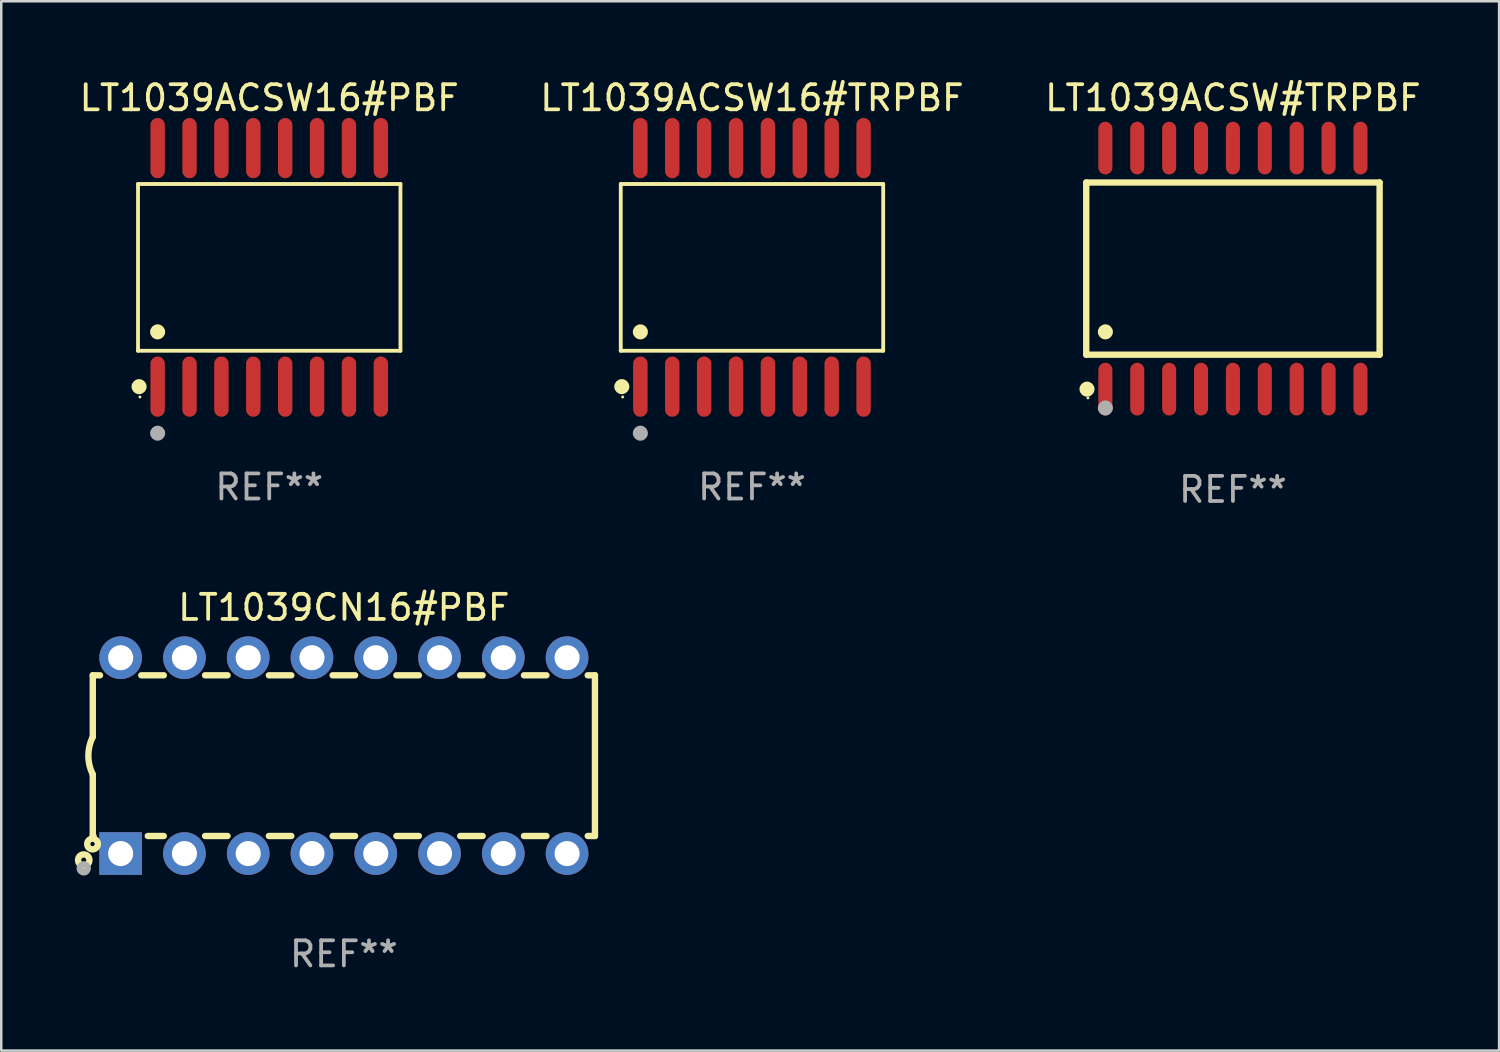
<source format=kicad_pcb>
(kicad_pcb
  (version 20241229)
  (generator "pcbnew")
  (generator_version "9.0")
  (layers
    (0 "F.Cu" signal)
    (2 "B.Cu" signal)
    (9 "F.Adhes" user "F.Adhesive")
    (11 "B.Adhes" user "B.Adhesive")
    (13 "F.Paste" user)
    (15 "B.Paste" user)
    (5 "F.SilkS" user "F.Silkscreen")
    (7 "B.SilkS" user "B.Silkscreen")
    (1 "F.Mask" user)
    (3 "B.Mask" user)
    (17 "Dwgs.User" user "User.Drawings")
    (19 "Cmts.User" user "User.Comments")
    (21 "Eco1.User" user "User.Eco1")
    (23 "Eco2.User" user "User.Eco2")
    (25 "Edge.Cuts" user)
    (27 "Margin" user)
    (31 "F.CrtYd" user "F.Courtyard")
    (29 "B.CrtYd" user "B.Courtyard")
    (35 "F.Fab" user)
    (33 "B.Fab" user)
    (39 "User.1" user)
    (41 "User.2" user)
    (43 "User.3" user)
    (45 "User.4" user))
  (footprint "LT1039ACSW#TRPBF"
    (layer "F.Cu")
    (at 46.054 7.648)
    (property "Reference" "LT1039ACSW#TRPBF" (at 0 -6.8 0) (layer "F.SilkS") (effects (font (size 1 1) (thickness 0.15))))
    (attr through_hole)
    (fp_line (start -5.842 -3.429) (end -5.842 3.429) (stroke (width 0.254) (type solid)) (layer "F.SilkS"))
    (fp_line (start -5.842 3.429) (end 5.842 3.429) (stroke (width 0.254) (type solid)) (layer "F.SilkS"))
    (fp_line (start 5.842 -3.429) (end -5.842 -3.429) (stroke (width 0.254) (type solid)) (layer "F.SilkS"))
    (fp_line (start 5.842 3.429) (end 5.842 -3.429) (stroke (width 0.254) (type solid)) (layer "F.SilkS"))
    (fp_circle (center -5.812 4.8) (end -5.662 4.8) (stroke (width 0.3) (type solid)) (fill no) (layer "F.SilkS"))
    (fp_circle (center -5.775 5.15) (end -5.745 5.15) (stroke (width 0.06) (type solid)) (fill no) (layer "F.SilkS"))
    (fp_circle (center -5.08 2.519) (end -4.93 2.519) (stroke (width 0.3) (type solid)) (fill no) (layer "F.SilkS"))
    (fp_circle (center -5.08 5.55) (end -4.93 5.55) (stroke (width 0.3) (type solid)) (fill no) (layer "F.Fab"))
    (fp_text user "REF**" (at 0 8.8 0) (layer "F.Fab") (effects (font (size 1 1) (thickness 0.15))))
    (pad "1" smd oval (at -5.08 4.8) (size 0.56 2.1) (layers "F.Cu" "F.Mask" "F.Paste"))
    (pad "2" smd oval (at -3.81 4.8) (size 0.56 2.1) (layers "F.Cu" "F.Mask" "F.Paste"))
    (pad "3" smd oval (at -2.54 4.8) (size 0.56 2.1) (layers "F.Cu" "F.Mask" "F.Paste"))
    (pad "4" smd oval (at -1.27 4.8) (size 0.56 2.1) (layers "F.Cu" "F.Mask" "F.Paste"))
    (pad "5" smd oval (at 0 4.8) (size 0.56 2.1) (layers "F.Cu" "F.Mask" "F.Paste"))
    (pad "6" smd oval (at 1.27 4.8) (size 0.56 2.1) (layers "F.Cu" "F.Mask" "F.Paste"))
    (pad "7" smd oval (at 2.54 4.8) (size 0.56 2.1) (layers "F.Cu" "F.Mask" "F.Paste"))
    (pad "8" smd oval (at 3.81 4.8) (size 0.56 2.1) (layers "F.Cu" "F.Mask" "F.Paste"))
    (pad "9" smd oval (at 5.08 4.8) (size 0.56 2.1) (layers "F.Cu" "F.Mask" "F.Paste"))
    (pad "10" smd oval (at 5.08 -4.8) (size 0.56 2.1) (layers "F.Cu" "F.Mask" "F.Paste"))
    (pad "11" smd oval (at 3.81 -4.8) (size 0.56 2.1) (layers "F.Cu" "F.Mask" "F.Paste"))
    (pad "12" smd oval (at 2.54 -4.8) (size 0.56 2.1) (layers "F.Cu" "F.Mask" "F.Paste"))
    (pad "13" smd oval (at 1.27 -4.8) (size 0.56 2.1) (layers "F.Cu" "F.Mask" "F.Paste"))
    (pad "14" smd oval (at 0 -4.8) (size 0.56 2.1) (layers "F.Cu" "F.Mask" "F.Paste"))
    (pad "15" smd oval (at -1.27 -4.8) (size 0.56 2.1) (layers "F.Cu" "F.Mask" "F.Paste"))
    (pad "16" smd oval (at -2.54 -4.8) (size 0.56 2.1) (layers "F.Cu" "F.Mask" "F.Paste"))
    (pad "17" smd oval (at -3.81 -4.8) (size 0.56 2.1) (layers "F.Cu" "F.Mask" "F.Paste"))
    (pad "18" smd oval (at -5.08 -4.8) (size 0.56 2.1) (layers "F.Cu" "F.Mask" "F.Paste")))
  (footprint "LT1039CN16#PBF"
    (layer "F.Cu")
    (at 10.645 27.045)
    (property "Reference" "LT1039CN16#PBF" (at 0 -5.9 0) (layer "F.SilkS") (effects (font (size 1 1) (thickness 0.15))))
    (attr through_hole)
    (fp_line (start -10 -3.2) (end -10 -0.75) (stroke (width 0.254) (type solid)) (layer "F.SilkS"))
    (fp_line (start -10 -3.2) (end -9.713 -3.2) (stroke (width 0.254) (type solid)) (layer "F.SilkS"))
    (fp_line (start -10 3.2) (end -10 0.75) (stroke (width 0.254) (type solid)) (layer "F.SilkS"))
    (fp_line (start -10 3.2) (end -9.971 3.2) (stroke (width 0.254) (type solid)) (layer "F.SilkS"))
    (fp_line (start -8.067 -3.2) (end -7.173 -3.2) (stroke (width 0.254) (type solid)) (layer "F.SilkS"))
    (fp_line (start -7.809 3.2) (end -7.173 3.2) (stroke (width 0.254) (type solid)) (layer "F.SilkS"))
    (fp_line (start -5.527 3.2) (end -4.633 3.2) (stroke (width 0.254) (type solid)) (layer "F.SilkS"))
    (fp_line (start -5.527 -3.2) (end -4.633 -3.2) (stroke (width 0.254) (type solid)) (layer "F.SilkS"))
    (fp_line (start -2.987 3.2) (end -2.093 3.2) (stroke (width 0.254) (type solid)) (layer "F.SilkS"))
    (fp_line (start -2.987 -3.2) (end -2.093 -3.2) (stroke (width 0.254) (type solid)) (layer "F.SilkS"))
    (fp_line (start -0.447 3.2) (end 0.447 3.2) (stroke (width 0.254) (type solid)) (layer "F.SilkS"))
    (fp_line (start -0.447 -3.2) (end 0.447 -3.2) (stroke (width 0.254) (type solid)) (layer "F.SilkS"))
    (fp_line (start 2.093 3.2) (end 2.987 3.2) (stroke (width 0.254) (type solid)) (layer "F.SilkS"))
    (fp_line (start 2.093 -3.2) (end 2.987 -3.2) (stroke (width 0.254) (type solid)) (layer "F.SilkS"))
    (fp_line (start 4.633 3.2) (end 5.527 3.2) (stroke (width 0.254) (type solid)) (layer "F.SilkS"))
    (fp_line (start 4.633 -3.2) (end 5.527 -3.2) (stroke (width 0.254) (type solid)) (layer "F.SilkS"))
    (fp_line (start 7.173 3.2) (end 8.067 3.2) (stroke (width 0.254) (type solid)) (layer "F.SilkS"))
    (fp_line (start 7.173 -3.2) (end 8.067 -3.2) (stroke (width 0.254) (type solid)) (layer "F.SilkS"))
    (fp_line (start 9.713 3.2) (end 10 3.2) (stroke (width 0.254) (type solid)) (layer "F.SilkS"))
    (fp_line (start 9.713 -3.2) (end 10 -3.2) (stroke (width 0.254) (type solid)) (layer "F.SilkS"))
    (fp_line (start 10 -3.2) (end 10 3.2) (stroke (width 0.254) (type solid)) (layer "F.SilkS"))
    (fp_arc (start -10 0.748793) (mid -10.176918 -0.000607) (end -10.000025 -0.750013) (stroke (width 0.254001) (type solid)) (layer "F.SilkS"))
    (fp_circle (center -10.36 4.16) (end -10.26 4.16) (stroke (width 0.254) (type solid)) (fill no) (layer "F.SilkS"))
    (fp_circle (center -10.01 3.52) (end -9.924 3.52) (stroke (width 0.254) (type solid)) (fill no) (layer "F.SilkS"))
    (fp_circle (center -10.36 4.49) (end -10.202 4.49) (stroke (width 0.254) (type solid)) (fill no) (layer "F.Fab"))
    (fp_text user "REF**" (at 0 7.9 0) (layer "F.Fab") (effects (font (size 1 1) (thickness 0.15))))
    (pad "1" thru_hole rect (at -8.89 3.9 90) (size 1.7 1.7) (drill 1) (layers "*.Cu" "*.Mask"))
    (pad "2" thru_hole circle (at -6.35 3.9) (size 1.7 1.7) (drill 1) (layers "*.Cu" "*.Mask"))
    (pad "3" thru_hole circle (at -3.81 3.9) (size 1.7 1.7) (drill 1) (layers "*.Cu" "*.Mask"))
    (pad "4" thru_hole circle (at -1.27 3.9) (size 1.7 1.7) (drill 1) (layers "*.Cu" "*.Mask"))
    (pad "5" thru_hole circle (at 1.27 3.9) (size 1.7 1.7) (drill 1) (layers "*.Cu" "*.Mask"))
    (pad "6" thru_hole circle (at 3.81 3.9) (size 1.7 1.7) (drill 1) (layers "*.Cu" "*.Mask"))
    (pad "7" thru_hole circle (at 6.35 3.9) (size 1.7 1.7) (drill 1) (layers "*.Cu" "*.Mask"))
    (pad "8" thru_hole circle (at 8.89 3.9) (size 1.7 1.7) (drill 1) (layers "*.Cu" "*.Mask"))
    (pad "9" thru_hole circle (at 8.89 -3.9) (size 1.7 1.7) (drill 1) (layers "*.Cu" "*.Mask"))
    (pad "10" thru_hole circle (at 6.35 -3.9) (size 1.7 1.7) (drill 1) (layers "*.Cu" "*.Mask"))
    (pad "11" thru_hole circle (at 3.81 -3.9) (size 1.7 1.7) (drill 1) (layers "*.Cu" "*.Mask"))
    (pad "12" thru_hole circle (at 1.27 -3.9) (size 1.7 1.7) (drill 1) (layers "*.Cu" "*.Mask"))
    (pad "13" thru_hole circle (at -1.27 -3.9) (size 1.7 1.7) (drill 1) (layers "*.Cu" "*.Mask"))
    (pad "14" thru_hole circle (at -3.81 -3.9) (size 1.7 1.7) (drill 1) (layers "*.Cu" "*.Mask"))
    (pad "15" thru_hole circle (at -6.35 -3.9) (size 1.7 1.7) (drill 1) (layers "*.Cu" "*.Mask"))
    (pad "16" thru_hole circle (at -8.89 -3.9) (size 1.7 1.7) (drill 1) (layers "*.Cu" "*.Mask")))
  (footprint "LT1039ACSW16#PBF"
    (layer "F.Cu")
    (at 7.673 7.599)
    (property "Reference" "LT1039ACSW16#PBF" (at 0 -6.75 0) (layer "F.SilkS") (effects (font (size 1 1) (thickness 0.15))))
    (attr through_hole)
    (fp_line (start -5.226 -3.321) (end 5.226 -3.321) (stroke (width 0.152) (type solid)) (layer "F.SilkS"))
    (fp_line (start -5.226 3.321) (end -5.226 -3.321) (stroke (width 0.152) (type solid)) (layer "F.SilkS"))
    (fp_line (start 5.226 -3.321) (end 5.226 3.321) (stroke (width 0.152) (type solid)) (layer "F.SilkS"))
    (fp_line (start 5.226 3.321) (end -5.226 3.321) (stroke (width 0.152) (type solid)) (layer "F.SilkS"))
    (fp_circle (center -5.184 4.75) (end -5.034 4.75) (stroke (width 0.3) (type solid)) (fill no) (layer "F.SilkS"))
    (fp_circle (center -5.15 5.162) (end -5.12 5.162) (stroke (width 0.06) (type solid)) (fill no) (layer "F.SilkS"))
    (fp_circle (center -4.445 2.569) (end -4.295 2.569) (stroke (width 0.3) (type solid)) (fill no) (layer "F.SilkS"))
    (fp_circle (center -4.445 6.604) (end -4.295 6.604) (stroke (width 0.3) (type solid)) (fill no) (layer "F.Fab"))
    (fp_text user "REF**" (at 0 8.75 0) (layer "F.Fab") (effects (font (size 1 1) (thickness 0.15))))
    (pad "1" smd oval (at -4.445 4.75) (size 0.574 2.401) (layers "F.Cu" "F.Mask" "F.Paste"))
    (pad "2" smd oval (at -3.175 4.75) (size 0.574 2.401) (layers "F.Cu" "F.Mask" "F.Paste"))
    (pad "3" smd oval (at -1.905 4.75) (size 0.574 2.401) (layers "F.Cu" "F.Mask" "F.Paste"))
    (pad "4" smd oval (at -0.635 4.75) (size 0.574 2.401) (layers "F.Cu" "F.Mask" "F.Paste"))
    (pad "5" smd oval (at 0.635 4.75) (size 0.574 2.401) (layers "F.Cu" "F.Mask" "F.Paste"))
    (pad "6" smd oval (at 1.905 4.75) (size 0.574 2.401) (layers "F.Cu" "F.Mask" "F.Paste"))
    (pad "7" smd oval (at 3.175 4.75) (size 0.574 2.401) (layers "F.Cu" "F.Mask" "F.Paste"))
    (pad "8" smd oval (at 4.445 4.75) (size 0.574 2.401) (layers "F.Cu" "F.Mask" "F.Paste"))
    (pad "9" smd oval (at 4.445 -4.75) (size 0.574 2.401) (layers "F.Cu" "F.Mask" "F.Paste"))
    (pad "10" smd oval (at 3.175 -4.75) (size 0.574 2.401) (layers "F.Cu" "F.Mask" "F.Paste"))
    (pad "11" smd oval (at 1.905 -4.75) (size 0.574 2.401) (layers "F.Cu" "F.Mask" "F.Paste"))
    (pad "12" smd oval (at 0.635 -4.75) (size 0.574 2.401) (layers "F.Cu" "F.Mask" "F.Paste"))
    (pad "13" smd oval (at -0.635 -4.75) (size 0.574 2.401) (layers "F.Cu" "F.Mask" "F.Paste"))
    (pad "14" smd oval (at -1.905 -4.75) (size 0.574 2.401) (layers "F.Cu" "F.Mask" "F.Paste"))
    (pad "15" smd oval (at -3.175 -4.75) (size 0.574 2.401) (layers "F.Cu" "F.Mask" "F.Paste"))
    (pad "16" smd oval (at -4.445 -4.75) (size 0.574 2.401) (layers "F.Cu" "F.Mask" "F.Paste")))
  (footprint "LT1039ACSW16#TRPBF"
    (layer "F.Cu")
    (at 26.899 7.599)
    (property "Reference" "LT1039ACSW16#TRPBF" (at 0 -6.75 0) (layer "F.SilkS") (effects (font (size 1 1) (thickness 0.15))))
    (attr through_hole)
    (fp_line (start -5.226 -3.321) (end 5.226 -3.321) (stroke (width 0.152) (type solid)) (layer "F.SilkS"))
    (fp_line (start -5.226 3.321) (end -5.226 -3.321) (stroke (width 0.152) (type solid)) (layer "F.SilkS"))
    (fp_line (start 5.226 -3.321) (end 5.226 3.321) (stroke (width 0.152) (type solid)) (layer "F.SilkS"))
    (fp_line (start 5.226 3.321) (end -5.226 3.321) (stroke (width 0.152) (type solid)) (layer "F.SilkS"))
    (fp_circle (center -5.184 4.75) (end -5.034 4.75) (stroke (width 0.3) (type solid)) (fill no) (layer "F.SilkS"))
    (fp_circle (center -5.15 5.162) (end -5.12 5.162) (stroke (width 0.06) (type solid)) (fill no) (layer "F.SilkS"))
    (fp_circle (center -4.445 2.569) (end -4.295 2.569) (stroke (width 0.3) (type solid)) (fill no) (layer "F.SilkS"))
    (fp_circle (center -4.445 6.604) (end -4.295 6.604) (stroke (width 0.3) (type solid)) (fill no) (layer "F.Fab"))
    (fp_text user "REF**" (at 0 8.75 0) (layer "F.Fab") (effects (font (size 1 1) (thickness 0.15))))
    (pad "1" smd oval (at -4.445 4.75) (size 0.574 2.401) (layers "F.Cu" "F.Mask" "F.Paste"))
    (pad "2" smd oval (at -3.175 4.75) (size 0.574 2.401) (layers "F.Cu" "F.Mask" "F.Paste"))
    (pad "3" smd oval (at -1.905 4.75) (size 0.574 2.401) (layers "F.Cu" "F.Mask" "F.Paste"))
    (pad "4" smd oval (at -0.635 4.75) (size 0.574 2.401) (layers "F.Cu" "F.Mask" "F.Paste"))
    (pad "5" smd oval (at 0.635 4.75) (size 0.574 2.401) (layers "F.Cu" "F.Mask" "F.Paste"))
    (pad "6" smd oval (at 1.905 4.75) (size 0.574 2.401) (layers "F.Cu" "F.Mask" "F.Paste"))
    (pad "7" smd oval (at 3.175 4.75) (size 0.574 2.401) (layers "F.Cu" "F.Mask" "F.Paste"))
    (pad "8" smd oval (at 4.445 4.75) (size 0.574 2.401) (layers "F.Cu" "F.Mask" "F.Paste"))
    (pad "9" smd oval (at 4.445 -4.75) (size 0.574 2.401) (layers "F.Cu" "F.Mask" "F.Paste"))
    (pad "10" smd oval (at 3.175 -4.75) (size 0.574 2.401) (layers "F.Cu" "F.Mask" "F.Paste"))
    (pad "11" smd oval (at 1.905 -4.75) (size 0.574 2.401) (layers "F.Cu" "F.Mask" "F.Paste"))
    (pad "12" smd oval (at 0.635 -4.75) (size 0.574 2.401) (layers "F.Cu" "F.Mask" "F.Paste"))
    (pad "13" smd oval (at -0.635 -4.75) (size 0.574 2.401) (layers "F.Cu" "F.Mask" "F.Paste"))
    (pad "14" smd oval (at -1.905 -4.75) (size 0.574 2.401) (layers "F.Cu" "F.Mask" "F.Paste"))
    (pad "15" smd oval (at -3.175 -4.75) (size 0.574 2.401) (layers "F.Cu" "F.Mask" "F.Paste"))
    (pad "16" smd oval (at -4.445 -4.75) (size 0.574 2.401) (layers "F.Cu" "F.Mask" "F.Paste")))
  (gr_rect
    (start -3 -3)
    (end 56.655 38.793)
    (stroke (width 0.1) (type default))
    (fill no)
    (layer "Edge.Cuts")))
</source>
